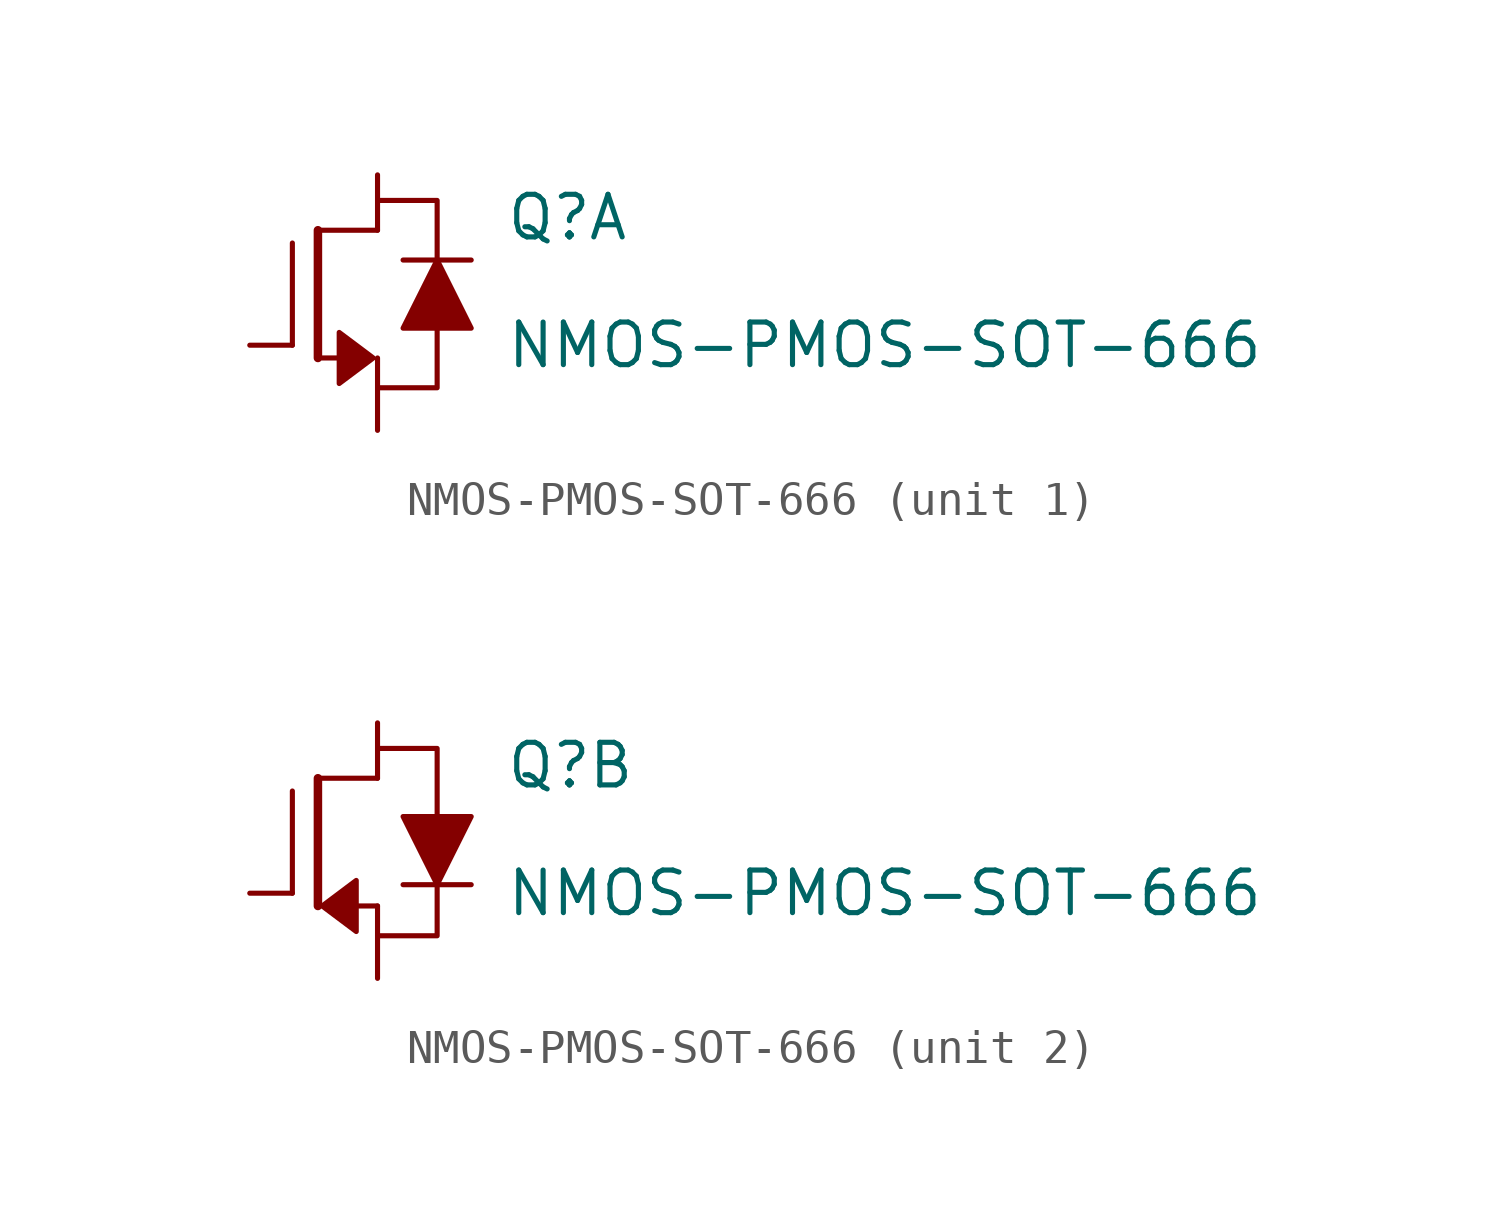
<source format=kicad_sym>
(kicad_symbol_lib
  (version 20211014)
  (generator kicad_symbol_editor)
  (symbol "NMOS-PMOS-SOT-666"
    (pin_numbers hide)
    (pin_names
      (offset 0.025) hide)
    (property "Reference" "Q"
      (at 3.81 2.54 0)
      (effects (font (size 1.27 1.27)) (justify left)))
    (property "Value" "NMOS-PMOS-SOT-666"
      (at 3.81 -1.27 0)
      (effects (font (size 1.27 1.27)) (justify left)))
    (property "ki_locked" ""
      (at 0 0 0)
      (effects (font (size 1.27 1.27))))
    (symbol "NMOS-PMOS-SOT-666_1_1"
      (polyline (pts (xy -2.54 -1.27) (xy -2.54 1.778)) (stroke (width 0) (type default) (color 0 0 0 0)) (fill (type none)))
      (polyline (pts (xy -1.778 -1.651) (xy -1.778 2.159)) (stroke (width 0.254) (type default) (color 0 0 0 0)) (fill (type none)))
      (polyline (pts (xy -1.651 -1.651) (xy -1.016 -1.651)) (stroke (width 0) (type default) (color 0 0 0 0)) (fill (type none)))
      (polyline (pts (xy 0 2.159) (xy -1.778 2.159)) (stroke (width 0) (type default) (color 0 0 0 0)) (fill (type none)))
      (polyline (pts (xy 0.762 1.27) (xy 2.794 1.27)) (stroke (width 0) (type default) (color 0 0 0 0)) (fill (type none)))
      (polyline (pts (xy 0 -2.54) (xy 1.778 -2.54) (xy 1.778 -0.762)) (stroke (width 0) (type default) (color 0 0 0 0)) (fill (type none)))
      (polyline (pts (xy 1.778 1.27) (xy 1.778 3.048) (xy 0 3.048)) (stroke (width 0) (type default) (color 0 0 0 0)) (fill (type none)))
      (polyline (pts (xy -0.127 -1.651) (xy -1.143 -0.889) (xy -1.143 -2.413) (xy -0.127 -1.651)) (stroke (width 0) (type default) (color 0 0 0 0)) (fill (type outline)))
      (polyline (pts (xy 0.762 -0.762) (xy 2.794 -0.762) (xy 1.778 1.27) (xy 0.762 -0.762)) (stroke (width 0) (type default) (color 0 0 0 0)) (fill (type outline)))
      (pin input line (at 0 -3.81 90) (length 2.159) (name "~" (effects (font (size 1.27 1.27)))) (number "1" (effects (font (size 1.016 1.016)))))
      (pin input line (at -3.81 -1.27 0) (length 1.27) (name "~" (effects (font (size 1.27 1.27)))) (number "2" (effects (font (size 1.016 1.016)))))
      (pin input line (at 0 3.81 270) (length 1.651) (name "~" (effects (font (size 1.27 1.27)))) (number "6" (effects (font (size 1.016 1.016))))))
    (symbol "NMOS-PMOS-SOT-666_2_1"
      (polyline (pts (xy -2.54 -1.27) (xy -2.54 1.778)) (stroke (width 0) (type default) (color 0 0 0 0)) (fill (type none)))
      (polyline (pts (xy -1.778 -1.651) (xy -1.778 2.159)) (stroke (width 0.254) (type default) (color 0 0 0 0)) (fill (type none)))
      (polyline (pts (xy -0.635 -1.651) (xy 0 -1.651)) (stroke (width 0) (type default) (color 0 0 0 0)) (fill (type none)))
      (polyline (pts (xy 0 2.159) (xy -1.778 2.159)) (stroke (width 0) (type default) (color 0 0 0 0)) (fill (type none)))
      (polyline (pts (xy 0.762 -1.016) (xy 2.794 -1.016)) (stroke (width 0) (type default) (color 0 0 0 0)) (fill (type none)))
      (polyline (pts (xy 0 3.048) (xy 1.778 3.048) (xy 1.778 1.016)) (stroke (width 0) (type default) (color 0 0 0 0)) (fill (type none)))
      (polyline (pts (xy 1.778 -1.016) (xy 1.778 -2.54) (xy 0 -2.54)) (stroke (width 0) (type default) (color 0 0 0 0)) (fill (type none)))
      (polyline (pts (xy -1.651 -1.651) (xy -0.635 -0.889) (xy -0.635 -2.413) (xy -1.651 -1.651)) (stroke (width 0) (type default) (color 0 0 0 0)) (fill (type outline)))
      (polyline (pts (xy 0.762 1.016) (xy 2.794 1.016) (xy 1.778 -1.016) (xy 0.762 1.016)) (stroke (width 0) (type default) (color 0 0 0 0)) (fill (type outline)))
      (pin input line (at 0 3.81 270) (length 1.651) (name "~" (effects (font (size 1.27 1.27)))) (number "3" (effects (font (size 1.016 1.016)))))
      (pin input line (at 0 -3.81 90) (length 2.159) (name "~" (effects (font (size 1.27 1.27)))) (number "4" (effects (font (size 1.016 1.016)))))
      (pin input line (at -3.81 -1.27 0) (length 1.27) (name "~" (effects (font (size 1.27 1.27)))) (number "5" (effects (font (size 1.016 1.016))))))))
</source>
